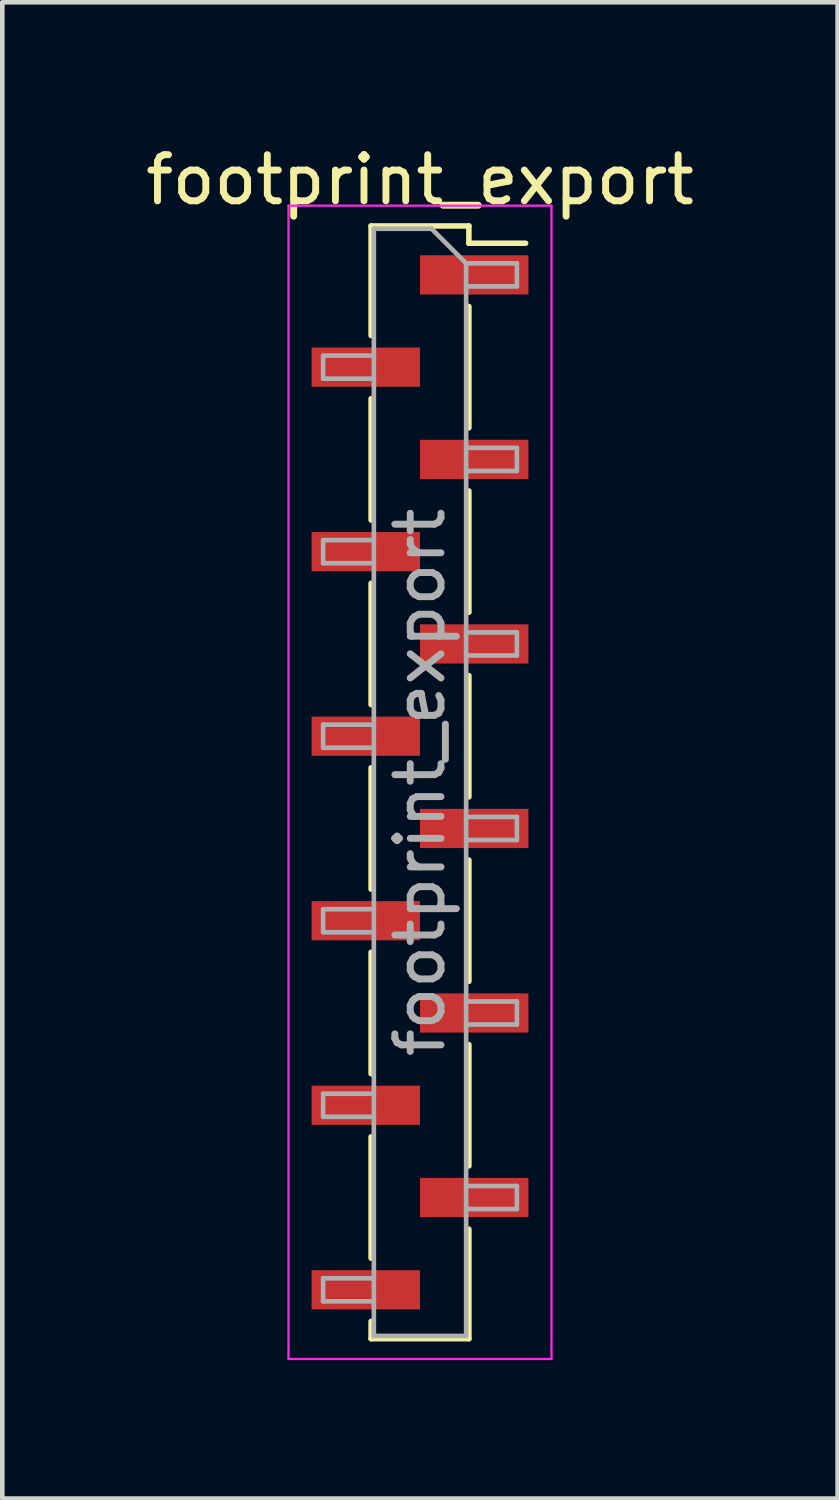
<source format=kicad_pcb>
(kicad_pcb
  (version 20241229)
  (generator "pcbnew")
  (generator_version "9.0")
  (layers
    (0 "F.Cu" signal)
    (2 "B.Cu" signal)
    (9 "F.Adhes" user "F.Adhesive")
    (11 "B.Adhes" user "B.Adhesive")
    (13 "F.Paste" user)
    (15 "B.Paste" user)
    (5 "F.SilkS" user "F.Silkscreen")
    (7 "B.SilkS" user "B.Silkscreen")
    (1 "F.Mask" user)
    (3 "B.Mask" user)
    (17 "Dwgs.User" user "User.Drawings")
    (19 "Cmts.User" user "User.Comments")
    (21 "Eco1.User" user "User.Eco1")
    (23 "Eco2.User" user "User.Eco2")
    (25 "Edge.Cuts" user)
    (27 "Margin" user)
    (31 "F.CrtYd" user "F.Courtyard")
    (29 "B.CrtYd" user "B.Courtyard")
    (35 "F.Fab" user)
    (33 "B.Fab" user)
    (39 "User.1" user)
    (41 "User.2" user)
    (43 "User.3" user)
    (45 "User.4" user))
  (footprint "footprint_export"
    (layer "F.Cu")
    (at 6.054 13.908)
    (property "Reference" "footprint_export" (at 0 -13.06 0) (layer "F.SilkS") (effects (font (size 1 1) (thickness 0.15))))
    (attr smd)
    (fp_line (start -1.06 -12.06) (end -1.06 -9.685) (stroke (width 0.12) (type solid)) (layer "F.SilkS"))
    (fp_line (start -1.06 -12.06) (end 1.06 -12.06) (stroke (width 0.12) (type solid)) (layer "F.SilkS"))
    (fp_line (start -1.06 -8.315) (end -1.06 -5.685) (stroke (width 0.12) (type solid)) (layer "F.SilkS"))
    (fp_line (start -1.06 -4.315) (end -1.06 -1.685) (stroke (width 0.12) (type solid)) (layer "F.SilkS"))
    (fp_line (start -1.06 -0.315) (end -1.06 2.315) (stroke (width 0.12) (type solid)) (layer "F.SilkS"))
    (fp_line (start -1.06 3.685) (end -1.06 6.315) (stroke (width 0.12) (type solid)) (layer "F.SilkS"))
    (fp_line (start -1.06 7.685) (end -1.06 10.315) (stroke (width 0.12) (type solid)) (layer "F.SilkS"))
    (fp_line (start -1.06 11.685) (end -1.06 12.06) (stroke (width 0.12) (type solid)) (layer "F.SilkS"))
    (fp_line (start -1.06 12.06) (end 1.06 12.06) (stroke (width 0.12) (type solid)) (layer "F.SilkS"))
    (fp_line (start 1.06 -12.06) (end 1.06 -11.685) (stroke (width 0.12) (type solid)) (layer "F.SilkS"))
    (fp_line (start 1.06 -11.685) (end 2.29 -11.685) (stroke (width 0.12) (type solid)) (layer "F.SilkS"))
    (fp_line (start 1.06 -10.315) (end 1.06 -7.685) (stroke (width 0.12) (type solid)) (layer "F.SilkS"))
    (fp_line (start 1.06 -6.315) (end 1.06 -3.685) (stroke (width 0.12) (type solid)) (layer "F.SilkS"))
    (fp_line (start 1.06 -2.315) (end 1.06 0.315) (stroke (width 0.12) (type solid)) (layer "F.SilkS"))
    (fp_line (start 1.06 1.685) (end 1.06 4.315) (stroke (width 0.12) (type solid)) (layer "F.SilkS"))
    (fp_line (start 1.06 5.685) (end 1.06 8.315) (stroke (width 0.12) (type solid)) (layer "F.SilkS"))
    (fp_line (start 1.06 9.685) (end 1.06 12.06) (stroke (width 0.12) (type solid)) (layer "F.SilkS"))
    (fp_line (start -2.85 -12.5) (end -2.85 12.5) (stroke (width 0.05) (type solid)) (layer "F.CrtYd"))
    (fp_line (start -2.85 12.5) (end 2.85 12.5) (stroke (width 0.05) (type solid)) (layer "F.CrtYd"))
    (fp_line (start 2.85 -12.5) (end -2.85 -12.5) (stroke (width 0.05) (type solid)) (layer "F.CrtYd"))
    (fp_line (start 2.85 12.5) (end 2.85 -12.5) (stroke (width 0.05) (type solid)) (layer "F.CrtYd"))
    (fp_line (start -2.1 -9.25) (end -2.1 -8.75) (stroke (width 0.1) (type solid)) (layer "F.Fab"))
    (fp_line (start -2.1 -8.75) (end -1 -8.75) (stroke (width 0.1) (type solid)) (layer "F.Fab"))
    (fp_line (start -2.1 -5.25) (end -2.1 -4.75) (stroke (width 0.1) (type solid)) (layer "F.Fab"))
    (fp_line (start -2.1 -4.75) (end -1 -4.75) (stroke (width 0.1) (type solid)) (layer "F.Fab"))
    (fp_line (start -2.1 -1.25) (end -2.1 -0.75) (stroke (width 0.1) (type solid)) (layer "F.Fab"))
    (fp_line (start -2.1 -0.75) (end -1 -0.75) (stroke (width 0.1) (type solid)) (layer "F.Fab"))
    (fp_line (start -2.1 2.75) (end -2.1 3.25) (stroke (width 0.1) (type solid)) (layer "F.Fab"))
    (fp_line (start -2.1 3.25) (end -1 3.25) (stroke (width 0.1) (type solid)) (layer "F.Fab"))
    (fp_line (start -2.1 6.75) (end -2.1 7.25) (stroke (width 0.1) (type solid)) (layer "F.Fab"))
    (fp_line (start -2.1 7.25) (end -1 7.25) (stroke (width 0.1) (type solid)) (layer "F.Fab"))
    (fp_line (start -2.1 10.75) (end -2.1 11.25) (stroke (width 0.1) (type solid)) (layer "F.Fab"))
    (fp_line (start -2.1 11.25) (end -1 11.25) (stroke (width 0.1) (type solid)) (layer "F.Fab"))
    (fp_line (start -1 -12) (end -1 12) (stroke (width 0.1) (type solid)) (layer "F.Fab"))
    (fp_line (start -1 -12) (end 0.25 -12) (stroke (width 0.1) (type solid)) (layer "F.Fab"))
    (fp_line (start -1 -9.25) (end -2.1 -9.25) (stroke (width 0.1) (type solid)) (layer "F.Fab"))
    (fp_line (start -1 -5.25) (end -2.1 -5.25) (stroke (width 0.1) (type solid)) (layer "F.Fab"))
    (fp_line (start -1 -1.25) (end -2.1 -1.25) (stroke (width 0.1) (type solid)) (layer "F.Fab"))
    (fp_line (start -1 2.75) (end -2.1 2.75) (stroke (width 0.1) (type solid)) (layer "F.Fab"))
    (fp_line (start -1 6.75) (end -2.1 6.75) (stroke (width 0.1) (type solid)) (layer "F.Fab"))
    (fp_line (start -1 10.75) (end -2.1 10.75) (stroke (width 0.1) (type solid)) (layer "F.Fab"))
    (fp_line (start 1 -11.25) (end 0.25 -12) (stroke (width 0.1) (type solid)) (layer "F.Fab"))
    (fp_line (start 1 -11.25) (end 2.1 -11.25) (stroke (width 0.1) (type solid)) (layer "F.Fab"))
    (fp_line (start 1 -7.25) (end 2.1 -7.25) (stroke (width 0.1) (type solid)) (layer "F.Fab"))
    (fp_line (start 1 -3.25) (end 2.1 -3.25) (stroke (width 0.1) (type solid)) (layer "F.Fab"))
    (fp_line (start 1 0.75) (end 2.1 0.75) (stroke (width 0.1) (type solid)) (layer "F.Fab"))
    (fp_line (start 1 4.75) (end 2.1 4.75) (stroke (width 0.1) (type solid)) (layer "F.Fab"))
    (fp_line (start 1 8.75) (end 2.1 8.75) (stroke (width 0.1) (type solid)) (layer "F.Fab"))
    (fp_line (start 1 12) (end -1 12) (stroke (width 0.1) (type solid)) (layer "F.Fab"))
    (fp_line (start 1 12) (end 1 -11.25) (stroke (width 0.1) (type solid)) (layer "F.Fab"))
    (fp_line (start 2.1 -11.25) (end 2.1 -10.75) (stroke (width 0.1) (type solid)) (layer "F.Fab"))
    (fp_line (start 2.1 -10.75) (end 1 -10.75) (stroke (width 0.1) (type solid)) (layer "F.Fab"))
    (fp_line (start 2.1 -7.25) (end 2.1 -6.75) (stroke (width 0.1) (type solid)) (layer "F.Fab"))
    (fp_line (start 2.1 -6.75) (end 1 -6.75) (stroke (width 0.1) (type solid)) (layer "F.Fab"))
    (fp_line (start 2.1 -3.25) (end 2.1 -2.75) (stroke (width 0.1) (type solid)) (layer "F.Fab"))
    (fp_line (start 2.1 -2.75) (end 1 -2.75) (stroke (width 0.1) (type solid)) (layer "F.Fab"))
    (fp_line (start 2.1 0.75) (end 2.1 1.25) (stroke (width 0.1) (type solid)) (layer "F.Fab"))
    (fp_line (start 2.1 1.25) (end 1 1.25) (stroke (width 0.1) (type solid)) (layer "F.Fab"))
    (fp_line (start 2.1 4.75) (end 2.1 5.25) (stroke (width 0.1) (type solid)) (layer "F.Fab"))
    (fp_line (start 2.1 5.25) (end 1 5.25) (stroke (width 0.1) (type solid)) (layer "F.Fab"))
    (fp_line (start 2.1 8.75) (end 2.1 9.25) (stroke (width 0.1) (type solid)) (layer "F.Fab"))
    (fp_line (start 2.1 9.25) (end 1 9.25) (stroke (width 0.1) (type solid)) (layer "F.Fab"))
    (fp_text user "${REFERENCE}" (at 0 0 90) (layer "F.Fab") (effects (font (size 1 1) (thickness 0.15))))
    (pad "1" smd rect (at 1.175 -11) (size 2.35 0.85) (layers "F.Cu" "F.Mask" "F.Paste"))
    (pad "2" smd rect (at -1.175 -9) (size 2.35 0.85) (layers "F.Cu" "F.Mask" "F.Paste"))
    (pad "3" smd rect (at 1.175 -7) (size 2.35 0.85) (layers "F.Cu" "F.Mask" "F.Paste"))
    (pad "4" smd rect (at -1.175 -5) (size 2.35 0.85) (layers "F.Cu" "F.Mask" "F.Paste"))
    (pad "5" smd rect (at 1.175 -3) (size 2.35 0.85) (layers "F.Cu" "F.Mask" "F.Paste"))
    (pad "6" smd rect (at -1.175 -1) (size 2.35 0.85) (layers "F.Cu" "F.Mask" "F.Paste"))
    (pad "7" smd rect (at 1.175 1) (size 2.35 0.85) (layers "F.Cu" "F.Mask" "F.Paste"))
    (pad "8" smd rect (at -1.175 3) (size 2.35 0.85) (layers "F.Cu" "F.Mask" "F.Paste"))
    (pad "9" smd rect (at 1.175 5) (size 2.35 0.85) (layers "F.Cu" "F.Mask" "F.Paste"))
    (pad "10" smd rect (at -1.175 7) (size 2.35 0.85) (layers "F.Cu" "F.Mask" "F.Paste"))
    (pad "11" smd rect (at 1.175 9) (size 2.35 0.85) (layers "F.Cu" "F.Mask" "F.Paste"))
    (pad "12" smd rect (at -1.175 11) (size 2.35 0.85) (layers "F.Cu" "F.Mask" "F.Paste")))
  (gr_rect
    (start -3 -3)
    (end 15.107 29.433)
    (stroke (width 0.1) (type default))
    (fill no)
    (layer "Edge.Cuts")))
</source>
